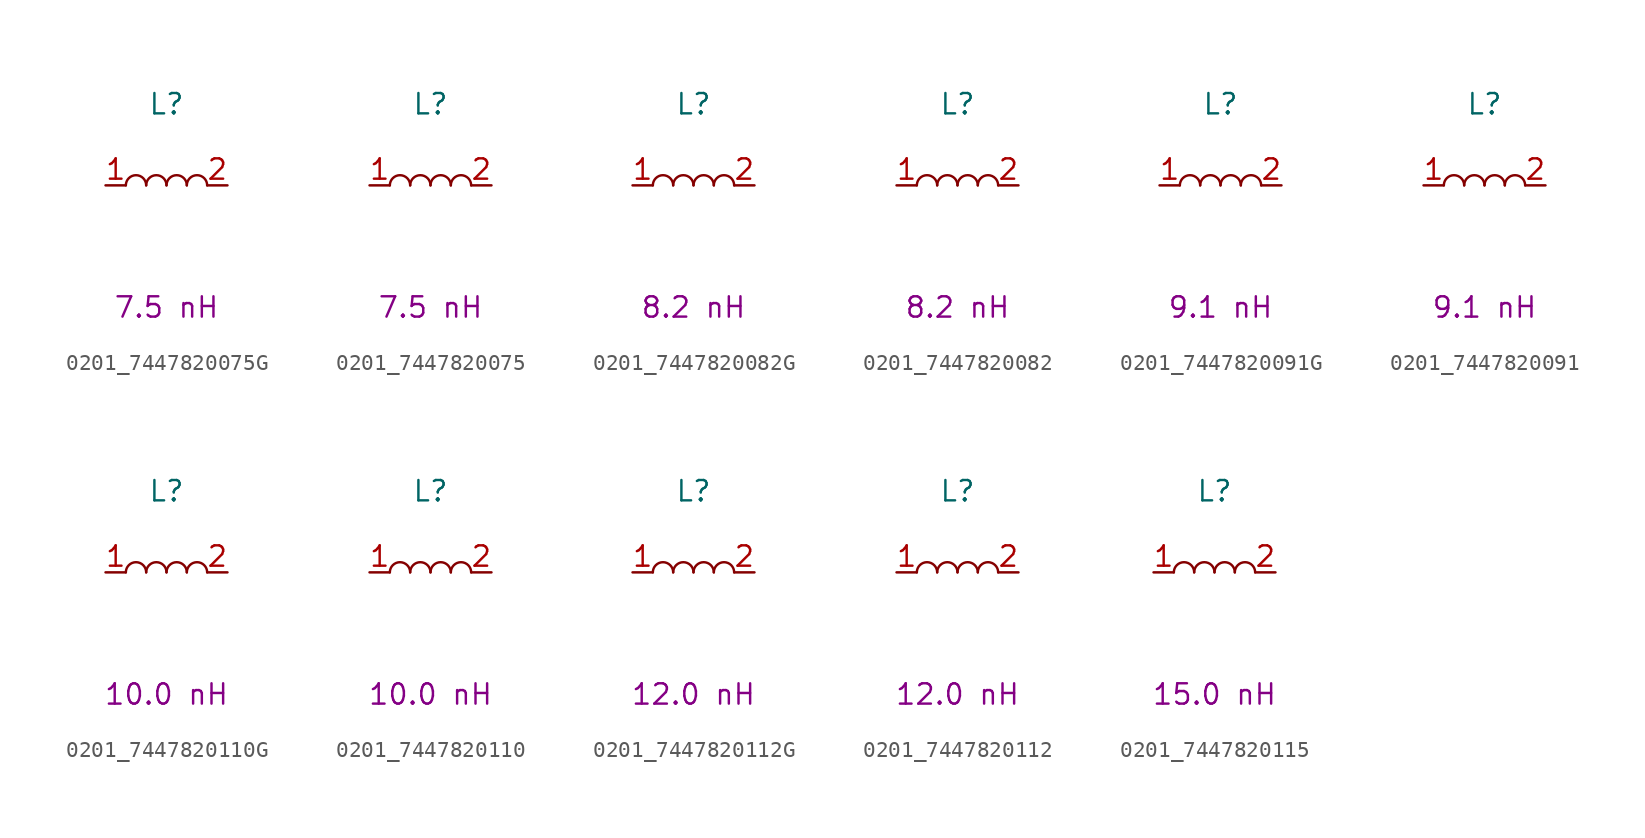
<source format=kicad_sym>
(kicad_symbol_lib
  (version 20220914)
  (generator kicad_symbol_editor)
  (symbol "0201_7447820075G"
    (pin_names hide)
    (property "Reference" "L"
      (at 0 5.08 0)
      (effects (font (size 1.27 1.27))))
    (property "Critical Parameter" "7.5 nH"
      (at 0 -7.62 0)
      (effects (font (size 1.27 1.27))))
    (symbol "0201_7447820075G_0_1"
      (arc (start -1.27 0) (mid -1.905 0.6323) (end -2.54 0) (stroke (width 0) (type default)) (fill (type none)))
      (arc (start 0 0) (mid -0.635 0.6323) (end -1.27 0) (stroke (width 0) (type default)) (fill (type none)))
      (arc (start 1.27 0) (mid 0.635 0.6323) (end 0 0) (stroke (width 0) (type default)) (fill (type none)))
      (arc (start 2.54 0) (mid 1.905 0.6323) (end 1.27 0) (stroke (width 0) (type default)) (fill (type none))))
    (symbol "0201_7447820075G_1_1"
      (pin passive line (at -3.81 0 0) (length 1.27) (name "1" (effects (font (size 1.27 1.27)))) (number "1" (effects (font (size 1.27 1.27)))))
      (pin passive line (at 3.81 0 180) (length 1.27) (name "2" (effects (font (size 1.27 1.27)))) (number "2" (effects (font (size 1.27 1.27)))))))
  (symbol "0201_7447820075"
    (pin_names hide)
    (property "Reference" "L"
      (at 0 5.08 0)
      (effects (font (size 1.27 1.27))))
    (property "Critical Parameter" "7.5 nH"
      (at 0 -7.62 0)
      (effects (font (size 1.27 1.27))))
    (symbol "0201_7447820075_0_1"
      (arc (start -1.27 0) (mid -1.905 0.6323) (end -2.54 0) (stroke (width 0) (type default)) (fill (type none)))
      (arc (start 0 0) (mid -0.635 0.6323) (end -1.27 0) (stroke (width 0) (type default)) (fill (type none)))
      (arc (start 1.27 0) (mid 0.635 0.6323) (end 0 0) (stroke (width 0) (type default)) (fill (type none)))
      (arc (start 2.54 0) (mid 1.905 0.6323) (end 1.27 0) (stroke (width 0) (type default)) (fill (type none))))
    (symbol "0201_7447820075_1_1"
      (pin passive line (at -3.81 0 0) (length 1.27) (name "1" (effects (font (size 1.27 1.27)))) (number "1" (effects (font (size 1.27 1.27)))))
      (pin passive line (at 3.81 0 180) (length 1.27) (name "2" (effects (font (size 1.27 1.27)))) (number "2" (effects (font (size 1.27 1.27)))))))
  (symbol "0201_7447820082G"
    (pin_names hide)
    (property "Reference" "L"
      (at 0 5.08 0)
      (effects (font (size 1.27 1.27))))
    (property "Critical Parameter" "8.2 nH"
      (at 0 -7.62 0)
      (effects (font (size 1.27 1.27))))
    (symbol "0201_7447820082G_0_1"
      (arc (start -1.27 0) (mid -1.905 0.6323) (end -2.54 0) (stroke (width 0) (type default)) (fill (type none)))
      (arc (start 0 0) (mid -0.635 0.6323) (end -1.27 0) (stroke (width 0) (type default)) (fill (type none)))
      (arc (start 1.27 0) (mid 0.635 0.6323) (end 0 0) (stroke (width 0) (type default)) (fill (type none)))
      (arc (start 2.54 0) (mid 1.905 0.6323) (end 1.27 0) (stroke (width 0) (type default)) (fill (type none))))
    (symbol "0201_7447820082G_1_1"
      (pin passive line (at -3.81 0 0) (length 1.27) (name "1" (effects (font (size 1.27 1.27)))) (number "1" (effects (font (size 1.27 1.27)))))
      (pin passive line (at 3.81 0 180) (length 1.27) (name "2" (effects (font (size 1.27 1.27)))) (number "2" (effects (font (size 1.27 1.27)))))))
  (symbol "0201_7447820082"
    (pin_names hide)
    (property "Reference" "L"
      (at 0 5.08 0)
      (effects (font (size 1.27 1.27))))
    (property "Critical Parameter" "8.2 nH"
      (at 0 -7.62 0)
      (effects (font (size 1.27 1.27))))
    (symbol "0201_7447820082_0_1"
      (arc (start -1.27 0) (mid -1.905 0.6323) (end -2.54 0) (stroke (width 0) (type default)) (fill (type none)))
      (arc (start 0 0) (mid -0.635 0.6323) (end -1.27 0) (stroke (width 0) (type default)) (fill (type none)))
      (arc (start 1.27 0) (mid 0.635 0.6323) (end 0 0) (stroke (width 0) (type default)) (fill (type none)))
      (arc (start 2.54 0) (mid 1.905 0.6323) (end 1.27 0) (stroke (width 0) (type default)) (fill (type none))))
    (symbol "0201_7447820082_1_1"
      (pin passive line (at -3.81 0 0) (length 1.27) (name "1" (effects (font (size 1.27 1.27)))) (number "1" (effects (font (size 1.27 1.27)))))
      (pin passive line (at 3.81 0 180) (length 1.27) (name "2" (effects (font (size 1.27 1.27)))) (number "2" (effects (font (size 1.27 1.27)))))))
  (symbol "0201_7447820091G"
    (pin_names hide)
    (property "Reference" "L"
      (at 0 5.08 0)
      (effects (font (size 1.27 1.27))))
    (property "Critical Parameter" "9.1 nH"
      (at 0 -7.62 0)
      (effects (font (size 1.27 1.27))))
    (symbol "0201_7447820091G_0_1"
      (arc (start -1.27 0) (mid -1.905 0.6323) (end -2.54 0) (stroke (width 0) (type default)) (fill (type none)))
      (arc (start 0 0) (mid -0.635 0.6323) (end -1.27 0) (stroke (width 0) (type default)) (fill (type none)))
      (arc (start 1.27 0) (mid 0.635 0.6323) (end 0 0) (stroke (width 0) (type default)) (fill (type none)))
      (arc (start 2.54 0) (mid 1.905 0.6323) (end 1.27 0) (stroke (width 0) (type default)) (fill (type none))))
    (symbol "0201_7447820091G_1_1"
      (pin passive line (at -3.81 0 0) (length 1.27) (name "1" (effects (font (size 1.27 1.27)))) (number "1" (effects (font (size 1.27 1.27)))))
      (pin passive line (at 3.81 0 180) (length 1.27) (name "2" (effects (font (size 1.27 1.27)))) (number "2" (effects (font (size 1.27 1.27)))))))
  (symbol "0201_7447820091"
    (pin_names hide)
    (property "Reference" "L"
      (at 0 5.08 0)
      (effects (font (size 1.27 1.27))))
    (property "Critical Parameter" "9.1 nH"
      (at 0 -7.62 0)
      (effects (font (size 1.27 1.27))))
    (symbol "0201_7447820091_0_1"
      (arc (start -1.27 0) (mid -1.905 0.6323) (end -2.54 0) (stroke (width 0) (type default)) (fill (type none)))
      (arc (start 0 0) (mid -0.635 0.6323) (end -1.27 0) (stroke (width 0) (type default)) (fill (type none)))
      (arc (start 1.27 0) (mid 0.635 0.6323) (end 0 0) (stroke (width 0) (type default)) (fill (type none)))
      (arc (start 2.54 0) (mid 1.905 0.6323) (end 1.27 0) (stroke (width 0) (type default)) (fill (type none))))
    (symbol "0201_7447820091_1_1"
      (pin passive line (at -3.81 0 0) (length 1.27) (name "1" (effects (font (size 1.27 1.27)))) (number "1" (effects (font (size 1.27 1.27)))))
      (pin passive line (at 3.81 0 180) (length 1.27) (name "2" (effects (font (size 1.27 1.27)))) (number "2" (effects (font (size 1.27 1.27)))))))
  (symbol "0201_7447820110G"
    (pin_names hide)
    (property "Reference" "L"
      (at 0 5.08 0)
      (effects (font (size 1.27 1.27))))
    (property "Critical Parameter" "10.0 nH"
      (at 0 -7.62 0)
      (effects (font (size 1.27 1.27))))
    (symbol "0201_7447820110G_0_1"
      (arc (start -1.27 0) (mid -1.905 0.6323) (end -2.54 0) (stroke (width 0) (type default)) (fill (type none)))
      (arc (start 0 0) (mid -0.635 0.6323) (end -1.27 0) (stroke (width 0) (type default)) (fill (type none)))
      (arc (start 1.27 0) (mid 0.635 0.6323) (end 0 0) (stroke (width 0) (type default)) (fill (type none)))
      (arc (start 2.54 0) (mid 1.905 0.6323) (end 1.27 0) (stroke (width 0) (type default)) (fill (type none))))
    (symbol "0201_7447820110G_1_1"
      (pin passive line (at -3.81 0 0) (length 1.27) (name "1" (effects (font (size 1.27 1.27)))) (number "1" (effects (font (size 1.27 1.27)))))
      (pin passive line (at 3.81 0 180) (length 1.27) (name "2" (effects (font (size 1.27 1.27)))) (number "2" (effects (font (size 1.27 1.27)))))))
  (symbol "0201_7447820110"
    (pin_names hide)
    (property "Reference" "L"
      (at 0 5.08 0)
      (effects (font (size 1.27 1.27))))
    (property "Critical Parameter" "10.0 nH"
      (at 0 -7.62 0)
      (effects (font (size 1.27 1.27))))
    (symbol "0201_7447820110_0_1"
      (arc (start -1.27 0) (mid -1.905 0.6323) (end -2.54 0) (stroke (width 0) (type default)) (fill (type none)))
      (arc (start 0 0) (mid -0.635 0.6323) (end -1.27 0) (stroke (width 0) (type default)) (fill (type none)))
      (arc (start 1.27 0) (mid 0.635 0.6323) (end 0 0) (stroke (width 0) (type default)) (fill (type none)))
      (arc (start 2.54 0) (mid 1.905 0.6323) (end 1.27 0) (stroke (width 0) (type default)) (fill (type none))))
    (symbol "0201_7447820110_1_1"
      (pin passive line (at -3.81 0 0) (length 1.27) (name "1" (effects (font (size 1.27 1.27)))) (number "1" (effects (font (size 1.27 1.27)))))
      (pin passive line (at 3.81 0 180) (length 1.27) (name "2" (effects (font (size 1.27 1.27)))) (number "2" (effects (font (size 1.27 1.27)))))))
  (symbol "0201_7447820112G"
    (pin_names hide)
    (property "Reference" "L"
      (at 0 5.08 0)
      (effects (font (size 1.27 1.27))))
    (property "Critical Parameter" "12.0 nH"
      (at 0 -7.62 0)
      (effects (font (size 1.27 1.27))))
    (symbol "0201_7447820112G_0_1"
      (arc (start -1.27 0) (mid -1.905 0.6323) (end -2.54 0) (stroke (width 0) (type default)) (fill (type none)))
      (arc (start 0 0) (mid -0.635 0.6323) (end -1.27 0) (stroke (width 0) (type default)) (fill (type none)))
      (arc (start 1.27 0) (mid 0.635 0.6323) (end 0 0) (stroke (width 0) (type default)) (fill (type none)))
      (arc (start 2.54 0) (mid 1.905 0.6323) (end 1.27 0) (stroke (width 0) (type default)) (fill (type none))))
    (symbol "0201_7447820112G_1_1"
      (pin passive line (at -3.81 0 0) (length 1.27) (name "1" (effects (font (size 1.27 1.27)))) (number "1" (effects (font (size 1.27 1.27)))))
      (pin passive line (at 3.81 0 180) (length 1.27) (name "2" (effects (font (size 1.27 1.27)))) (number "2" (effects (font (size 1.27 1.27)))))))
  (symbol "0201_7447820112"
    (pin_names hide)
    (property "Reference" "L"
      (at 0 5.08 0)
      (effects (font (size 1.27 1.27))))
    (property "Critical Parameter" "12.0 nH"
      (at 0 -7.62 0)
      (effects (font (size 1.27 1.27))))
    (symbol "0201_7447820112_0_1"
      (arc (start -1.27 0) (mid -1.905 0.6323) (end -2.54 0) (stroke (width 0) (type default)) (fill (type none)))
      (arc (start 0 0) (mid -0.635 0.6323) (end -1.27 0) (stroke (width 0) (type default)) (fill (type none)))
      (arc (start 1.27 0) (mid 0.635 0.6323) (end 0 0) (stroke (width 0) (type default)) (fill (type none)))
      (arc (start 2.54 0) (mid 1.905 0.6323) (end 1.27 0) (stroke (width 0) (type default)) (fill (type none))))
    (symbol "0201_7447820112_1_1"
      (pin passive line (at -3.81 0 0) (length 1.27) (name "1" (effects (font (size 1.27 1.27)))) (number "1" (effects (font (size 1.27 1.27)))))
      (pin passive line (at 3.81 0 180) (length 1.27) (name "2" (effects (font (size 1.27 1.27)))) (number "2" (effects (font (size 1.27 1.27)))))))
  (symbol "0201_7447820115"
    (pin_names hide)
    (property "Reference" "L"
      (at 0 5.08 0)
      (effects (font (size 1.27 1.27))))
    (property "Critical Parameter" "15.0 nH"
      (at 0 -7.62 0)
      (effects (font (size 1.27 1.27))))
    (symbol "0201_7447820115_0_1"
      (arc (start -1.27 0) (mid -1.905 0.6323) (end -2.54 0) (stroke (width 0) (type default)) (fill (type none)))
      (arc (start 0 0) (mid -0.635 0.6323) (end -1.27 0) (stroke (width 0) (type default)) (fill (type none)))
      (arc (start 1.27 0) (mid 0.635 0.6323) (end 0 0) (stroke (width 0) (type default)) (fill (type none)))
      (arc (start 2.54 0) (mid 1.905 0.6323) (end 1.27 0) (stroke (width 0) (type default)) (fill (type none))))
    (symbol "0201_7447820115_1_1"
      (pin passive line (at -3.81 0 0) (length 1.27) (name "1" (effects (font (size 1.27 1.27)))) (number "1" (effects (font (size 1.27 1.27)))))
      (pin passive line (at 3.81 0 180) (length 1.27) (name "2" (effects (font (size 1.27 1.27)))) (number "2" (effects (font (size 1.27 1.27))))))))
</source>
